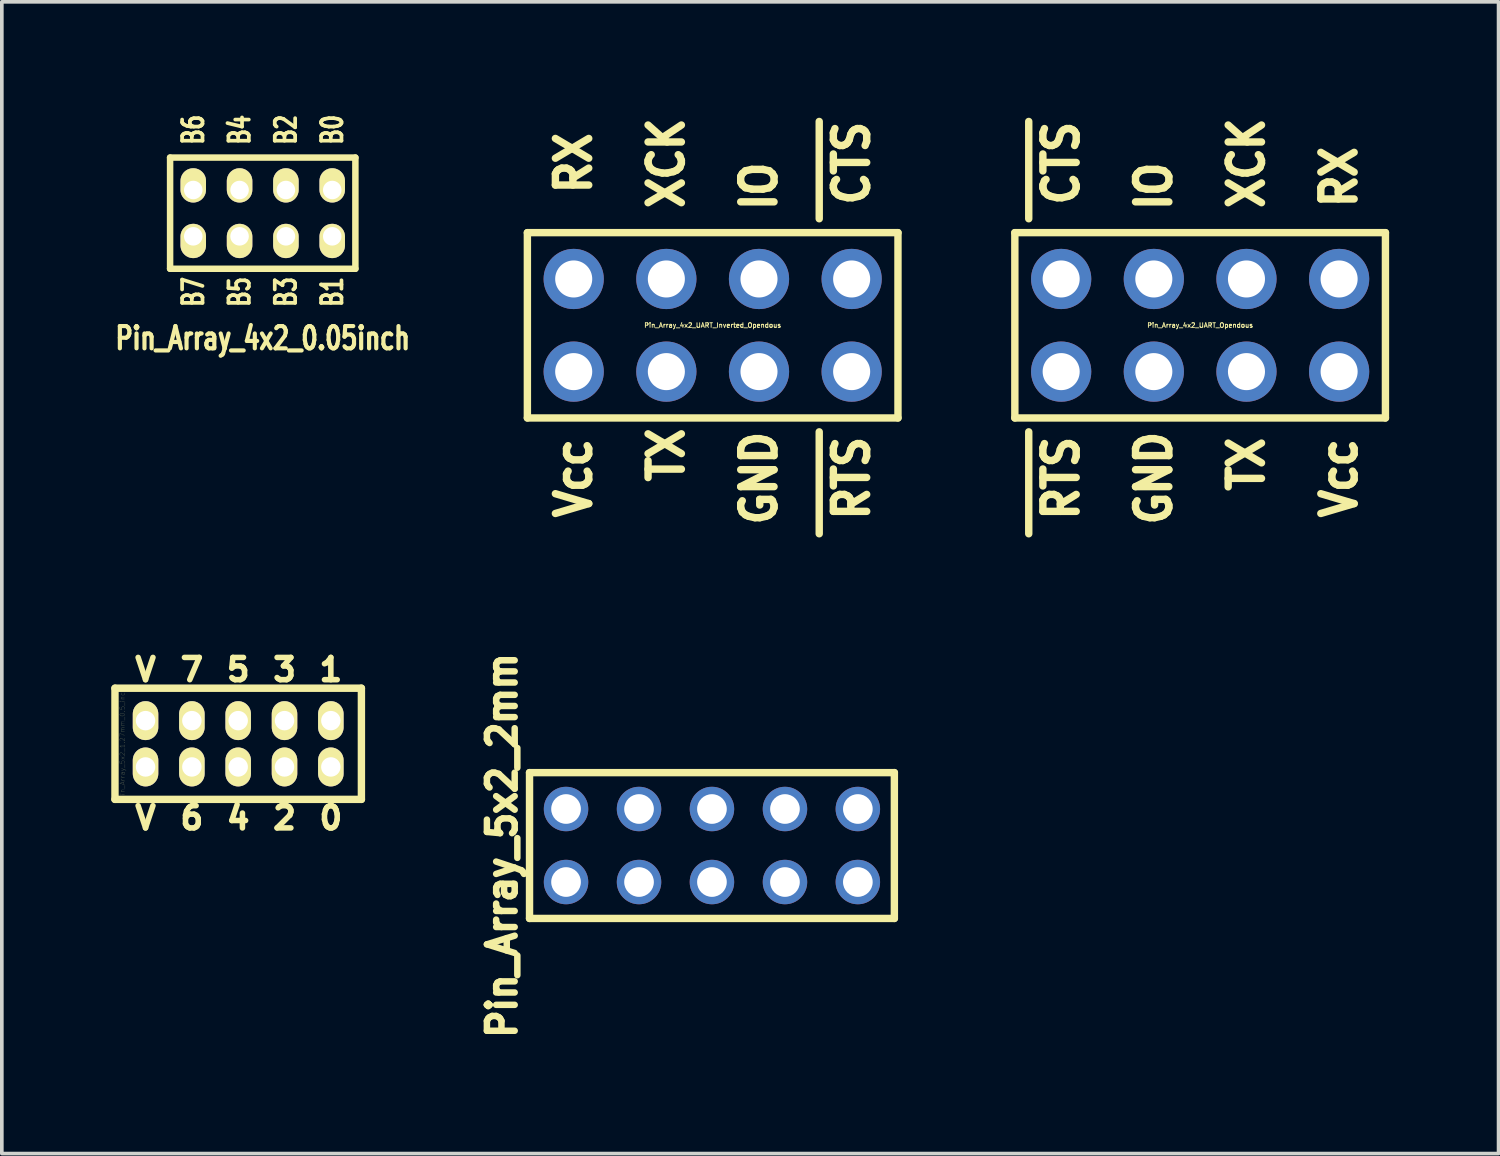
<source format=kicad_pcb>
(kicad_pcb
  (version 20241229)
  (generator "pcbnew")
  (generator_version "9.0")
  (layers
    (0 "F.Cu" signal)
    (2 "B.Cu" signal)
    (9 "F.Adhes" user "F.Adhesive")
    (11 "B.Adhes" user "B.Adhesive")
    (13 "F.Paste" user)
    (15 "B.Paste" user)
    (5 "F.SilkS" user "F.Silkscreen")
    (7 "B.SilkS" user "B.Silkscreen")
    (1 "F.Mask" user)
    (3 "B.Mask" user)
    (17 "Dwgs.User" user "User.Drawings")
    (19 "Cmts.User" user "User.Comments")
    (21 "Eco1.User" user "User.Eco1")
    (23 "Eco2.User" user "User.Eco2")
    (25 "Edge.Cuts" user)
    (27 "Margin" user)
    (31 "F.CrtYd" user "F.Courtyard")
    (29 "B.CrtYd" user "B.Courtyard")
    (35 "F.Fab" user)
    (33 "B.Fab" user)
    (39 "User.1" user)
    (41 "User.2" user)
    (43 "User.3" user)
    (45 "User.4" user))
  (footprint "Pin_Array_4x2_UART_Inverted_Opendous"
    (layer "F.Cu")
    (at 16.488 5.868)
    (property "Reference" "Pin_Array_4x2_UART_Inverted_Opendous" (at 0 0 0) (layer "F.SilkS") (effects (font (size 0.127 0.127) (thickness 0.025))))
    (attr through_hole)
    (fp_line (start -5.08 -2.54) (end -5.08 2.54) (stroke (width 0.203) (type solid)) (layer "F.SilkS"))
    (fp_line (start -5.08 2.54) (end 5.08 2.54) (stroke (width 0.203) (type solid)) (layer "F.SilkS"))
    (fp_line (start 2.921 -2.921) (end 2.921 -5.588) (stroke (width 0.203) (type solid)) (layer "F.SilkS"))
    (fp_line (start 2.921 2.921) (end 2.921 5.715) (stroke (width 0.203) (type solid)) (layer "F.SilkS"))
    (fp_line (start 5.08 -2.54) (end -5.08 -2.54) (stroke (width 0.203) (type solid)) (layer "F.SilkS"))
    (fp_line (start 5.08 2.54) (end 5.08 -2.54) (stroke (width 0.203) (type solid)) (layer "F.SilkS"))
    (fp_text user "Vcc" (at -3.81 4.191 90) (layer "F.SilkS") (effects (font (size 0.914 0.813) (thickness 0.203))))
    (fp_text user "RTS" (at 3.81 4.191 90) (layer "F.SilkS") (effects (font (size 0.914 0.813) (thickness 0.203))))
    (fp_text user "TX" (at -1.27 3.556 90) (layer "F.SilkS") (effects (font (size 0.914 0.813) (thickness 0.203))))
    (fp_text user "XCK" (at -1.27 -4.445 90) (layer "F.SilkS") (effects (font (size 0.914 0.813) (thickness 0.203))))
    (fp_text user "RX" (at -3.81 -4.445 90) (layer "F.SilkS") (effects (font (size 0.914 0.813) (thickness 0.203))))
    (fp_text user "GND" (at 1.27 4.191 90) (layer "F.SilkS") (effects (font (size 0.914 0.813) (thickness 0.203))))
    (fp_text user "IO" (at 1.27 -3.81 90) (layer "F.SilkS") (effects (font (size 0.914 0.813) (thickness 0.203))))
    (fp_text user "CTS" (at 3.81 -4.445 90) (layer "F.SilkS") (effects (font (size 0.914 0.813) (thickness 0.203))))
    (pad "1" thru_hole circle (at -3.81 -1.27) (size 1.651 1.651) (drill 1.016) (layers "*.Cu" "*.Mask"))
    (pad "2" thru_hole circle (at -3.81 1.27) (size 1.651 1.651) (drill 1.016) (layers "*.Cu" "*.Mask"))
    (pad "3" thru_hole circle (at -1.27 -1.27) (size 1.651 1.651) (drill 1.016) (layers "*.Cu" "*.Mask"))
    (pad "4" thru_hole circle (at -1.27 1.27) (size 1.651 1.651) (drill 1.016) (layers "*.Cu" "*.Mask"))
    (pad "5" thru_hole circle (at 1.27 -1.27) (size 1.651 1.651) (drill 1.016) (layers "*.Cu" "*.Mask"))
    (pad "6" thru_hole circle (at 1.27 1.27) (size 1.651 1.651) (drill 1.016) (layers "*.Cu" "*.Mask"))
    (pad "7" thru_hole circle (at 3.81 -1.27) (size 1.651 1.651) (drill 1.016) (layers "*.Cu" "*.Mask"))
    (pad "8" thru_hole circle (at 3.81 1.27) (size 1.651 1.651) (drill 1.016) (layers "*.Cu" "*.Mask")))
  (footprint "Pin_Array_4x2_UART_Opendous"
    (layer "F.Cu")
    (at 29.852 5.868)
    (property "Reference" "Pin_Array_4x2_UART_Opendous" (at 0 0 0) (layer "F.SilkS") (effects (font (size 0.127 0.127) (thickness 0.025))))
    (attr through_hole)
    (fp_line (start -5.08 -2.54) (end -5.08 2.54) (stroke (width 0.203) (type solid)) (layer "F.SilkS"))
    (fp_line (start -5.08 2.54) (end 5.08 2.54) (stroke (width 0.203) (type solid)) (layer "F.SilkS"))
    (fp_line (start -4.699 -2.921) (end -4.699 -5.588) (stroke (width 0.203) (type solid)) (layer "F.SilkS"))
    (fp_line (start -4.699 2.921) (end -4.699 5.715) (stroke (width 0.203) (type solid)) (layer "F.SilkS"))
    (fp_line (start 5.08 -2.54) (end -5.08 -2.54) (stroke (width 0.203) (type solid)) (layer "F.SilkS"))
    (fp_line (start 5.08 2.54) (end 5.08 -2.54) (stroke (width 0.203) (type solid)) (layer "F.SilkS"))
    (fp_text user "RX" (at 3.81 -4.064 90) (layer "F.SilkS") (effects (font (size 0.914 0.813) (thickness 0.203))))
    (fp_text user "IO" (at -1.27 -3.81 90) (layer "F.SilkS") (effects (font (size 0.914 0.813) (thickness 0.203))))
    (fp_text user "RTS" (at -3.81 4.191 90) (layer "F.SilkS") (effects (font (size 0.914 0.813) (thickness 0.203))))
    (fp_text user "TX" (at 1.27 3.81 90) (layer "F.SilkS") (effects (font (size 0.914 0.813) (thickness 0.203))))
    (fp_text user "CTS" (at -3.81 -4.445 90) (layer "F.SilkS") (effects (font (size 0.914 0.813) (thickness 0.203))))
    (fp_text user "GND" (at -1.27 4.191 90) (layer "F.SilkS") (effects (font (size 0.914 0.813) (thickness 0.203))))
    (fp_text user "Vcc" (at 3.81 4.191 90) (layer "F.SilkS") (effects (font (size 0.914 0.813) (thickness 0.203))))
    (fp_text user "XCK" (at 1.27 -4.445 90) (layer "F.SilkS") (effects (font (size 0.914 0.813) (thickness 0.203))))
    (pad "1" thru_hole circle (at 3.81 -1.27) (size 1.651 1.651) (drill 1.016) (layers "*.Cu" "*.Mask"))
    (pad "2" thru_hole circle (at 3.81 1.27) (size 1.651 1.651) (drill 1.016) (layers "*.Cu" "*.Mask"))
    (pad "3" thru_hole circle (at 1.27 -1.27) (size 1.651 1.651) (drill 1.016) (layers "*.Cu" "*.Mask"))
    (pad "4" thru_hole circle (at 1.27 1.27) (size 1.651 1.651) (drill 1.016) (layers "*.Cu" "*.Mask"))
    (pad "5" thru_hole circle (at -1.27 -1.27) (size 1.651 1.651) (drill 1.016) (layers "*.Cu" "*.Mask"))
    (pad "6" thru_hole circle (at -1.27 1.27) (size 1.651 1.651) (drill 1.016) (layers "*.Cu" "*.Mask"))
    (pad "7" thru_hole circle (at -3.81 -1.27) (size 1.651 1.651) (drill 1.016) (layers "*.Cu" "*.Mask"))
    (pad "8" thru_hole circle (at -3.81 1.27) (size 1.651 1.651) (drill 1.016) (layers "*.Cu" "*.Mask")))
  (footprint "Pin_Array_5x2_1.27mm_0.5_inch"
    (layer "F.Cu")
    (at 3.48 17.341)
    (property "Reference" "Pin_Array_5x2_1.27mm_0.5_inch" (at -3.175 0 90) (layer "F.SilkS") (effects (font (size 0.127 0.127) (thickness 0.003))))
    (attr through_hole)
    (fp_line (start -3.378 -1.524) (end -3.378 1.524) (stroke (width 0.203) (type solid)) (layer "F.SilkS"))
    (fp_line (start -3.378 1.524) (end 3.378 1.524) (stroke (width 0.203) (type solid)) (layer "F.SilkS"))
    (fp_line (start 3.378 -1.524) (end -3.378 -1.524) (stroke (width 0.203) (type solid)) (layer "F.SilkS"))
    (fp_line (start 3.378 1.524) (end 3.378 -1.524) (stroke (width 0.203) (type solid)) (layer "F.SilkS"))
    (fp_text user "7" (at -1.27 -2.032 0) (layer "F.SilkS") (effects (font (size 0.61 0.61) (thickness 0.152))))
    (fp_text user "4" (at 0 2.032 0) (layer "F.SilkS") (effects (font (size 0.61 0.61) (thickness 0.152))))
    (fp_text user "1" (at 2.54 -2.032 0) (layer "F.SilkS") (effects (font (size 0.61 0.61) (thickness 0.152))))
    (fp_text user "V" (at -2.54 2.032 0) (layer "F.SilkS") (effects (font (size 0.61 0.61) (thickness 0.152))))
    (fp_text user "3" (at 1.27 -2.032 0) (layer "F.SilkS") (effects (font (size 0.61 0.61) (thickness 0.152))))
    (fp_text user "0" (at 2.54 2.032 0) (layer "F.SilkS") (effects (font (size 0.61 0.61) (thickness 0.152))))
    (fp_text user "5" (at 0 -2.032 0) (layer "F.SilkS") (effects (font (size 0.61 0.61) (thickness 0.152))))
    (fp_text user "V" (at -2.54 -2.032 0) (layer "F.SilkS") (effects (font (size 0.61 0.61) (thickness 0.152))))
    (fp_text user "6" (at -1.27 2.032 0) (layer "F.SilkS") (effects (font (size 0.61 0.61) (thickness 0.152))))
    (fp_text user "2" (at 1.27 2.032 0) (layer "F.SilkS") (effects (font (size 0.61 0.61) (thickness 0.152))))
    (pad "1" thru_hole oval (at 2.54 -0.635) (size 0.699 1.067) (drill 0.533) (layers "*.Cu" "*.Mask" "F.SilkS"))
    (pad "2" thru_hole oval (at 2.54 0.635) (size 0.699 1.067) (drill 0.533) (layers "*.Cu" "*.Mask" "F.SilkS"))
    (pad "3" thru_hole oval (at 1.27 -0.635) (size 0.699 1.067) (drill 0.533) (layers "*.Cu" "*.Mask" "F.SilkS"))
    (pad "4" thru_hole oval (at 1.27 0.635) (size 0.699 1.067) (drill 0.533) (layers "*.Cu" "*.Mask" "F.SilkS"))
    (pad "5" thru_hole oval (at 0 -0.635) (size 0.699 1.067) (drill 0.533) (layers "*.Cu" "*.Mask" "F.SilkS"))
    (pad "6" thru_hole oval (at 0 0.635) (size 0.699 1.067) (drill 0.533) (layers "*.Cu" "*.Mask" "F.SilkS"))
    (pad "7" thru_hole oval (at -1.27 -0.635) (size 0.699 1.067) (drill 0.533) (layers "*.Cu" "*.Mask" "F.SilkS"))
    (pad "8" thru_hole oval (at -1.27 0.635) (size 0.699 1.067) (drill 0.533) (layers "*.Cu" "*.Mask" "F.SilkS"))
    (pad "9" thru_hole oval (at -2.54 -0.635) (size 0.699 1.067) (drill 0.533) (layers "*.Cu" "*.Mask" "F.SilkS"))
    (pad "10" thru_hole oval (at -2.54 0.635) (size 0.699 1.067) (drill 0.533) (layers "*.Cu" "*.Mask" "F.SilkS")))
  (footprint "Pin_Array_4x2_0.05inch"
    (layer "F.Cu")
    (at 4.153 2.794)
    (property "Reference" "Pin_Array_4x2_0.05inch" (at 0 3.429 0) (layer "F.SilkS") (effects (font (size 0.61 0.457) (thickness 0.152))))
    (attr through_hole)
    (fp_line (start -2.54 -1.524) (end -2.54 1.524) (stroke (width 0.178) (type solid)) (layer "F.SilkS"))
    (fp_line (start -2.54 1.524) (end 2.54 1.524) (stroke (width 0.178) (type solid)) (layer "F.SilkS"))
    (fp_line (start 2.54 -1.524) (end -2.54 -1.524) (stroke (width 0.178) (type solid)) (layer "F.SilkS"))
    (fp_line (start 2.54 1.524) (end 2.54 -1.524) (stroke (width 0.178) (type solid)) (layer "F.SilkS"))
    (fp_text user "B5" (at -0.635 2.159 90) (layer "F.SilkS") (effects (font (size 0.559 0.406) (thickness 0.152))))
    (fp_text user "B3" (at 0.635 2.159 90) (layer "F.SilkS") (effects (font (size 0.559 0.406) (thickness 0.152))))
    (fp_text user "B1" (at 1.905 2.159 90) (layer "F.SilkS") (effects (font (size 0.559 0.406) (thickness 0.152))))
    (fp_text user "B7" (at -1.905 2.159 90) (layer "F.SilkS") (effects (font (size 0.559 0.406) (thickness 0.152))))
    (fp_text user "B6" (at -1.905 -2.286 90) (layer "F.SilkS") (effects (font (size 0.559 0.406) (thickness 0.152))))
    (fp_text user "B4" (at -0.635 -2.286 90) (layer "F.SilkS") (effects (font (size 0.559 0.406) (thickness 0.152))))
    (fp_text user "B2" (at 0.635 -2.286 90) (layer "F.SilkS") (effects (font (size 0.559 0.406) (thickness 0.152))))
    (fp_text user "B0" (at 1.905 -2.286 90) (layer "F.SilkS") (effects (font (size 0.559 0.406) (thickness 0.152))))
    (pad "1" thru_hole oval (at 1.905 -0.635) (size 0.699 0.94) (drill 0.508 (offset 0 -0.127)) (layers "*.Cu" "*.Mask" "F.SilkS"))
    (pad "2" thru_hole oval (at 1.905 0.635) (size 0.699 0.94) (drill 0.508 (offset 0 0.127)) (layers "*.Cu" "*.Mask" "F.SilkS"))
    (pad "3" thru_hole oval (at 0.635 -0.635) (size 0.699 0.94) (drill 0.508 (offset 0 -0.127)) (layers "*.Cu" "*.Mask" "F.SilkS"))
    (pad "4" thru_hole oval (at 0.635 0.635) (size 0.699 0.94) (drill 0.508 (offset 0 0.127)) (layers "*.Cu" "*.Mask" "F.SilkS"))
    (pad "5" thru_hole oval (at -0.635 -0.635) (size 0.699 0.94) (drill 0.508 (offset 0 -0.127)) (layers "*.Cu" "*.Mask" "F.SilkS"))
    (pad "6" thru_hole oval (at -0.635 0.635) (size 0.699 0.94) (drill 0.508 (offset 0 0.127)) (layers "*.Cu" "*.Mask" "F.SilkS"))
    (pad "7" thru_hole oval (at -1.905 -0.635) (size 0.699 0.94) (drill 0.508 (offset 0 -0.127)) (layers "*.Cu" "*.Mask" "F.SilkS"))
    (pad "8" thru_hole oval (at -1.905 0.635) (size 0.699 0.94) (drill 0.508 (offset 0 0.127)) (layers "*.Cu" "*.Mask" "F.SilkS")))
  (footprint "Pin_Array_5x2_2mm"
    (layer "F.Cu")
    (at 16.468 20.13)
    (property "Reference" "Pin_Array_5x2_2mm" (at -5.751 0 90) (layer "F.SilkS") (effects (font (size 0.762 0.711) (thickness 0.178))))
    (attr through_hole)
    (fp_line (start -5.001 -1.999) (end -5.001 1.999) (stroke (width 0.203) (type solid)) (layer "F.SilkS"))
    (fp_line (start -5.001 1.999) (end 5.001 1.999) (stroke (width 0.203) (type solid)) (layer "F.SilkS"))
    (fp_line (start 5.001 -1.999) (end -5.001 -1.999) (stroke (width 0.203) (type solid)) (layer "F.SilkS"))
    (fp_line (start 5.001 1.999) (end 5.001 -1.999) (stroke (width 0.203) (type solid)) (layer "F.SilkS"))
    (pad "1" thru_hole circle (at -4 -1.001) (size 1.219 1.219) (drill 0.813) (layers "*.Cu" "*.Mask"))
    (pad "2" thru_hole circle (at -4 1.001) (size 1.219 1.219) (drill 0.813) (layers "*.Cu" "*.Mask"))
    (pad "3" thru_hole circle (at -1.999 -1.001) (size 1.219 1.219) (drill 0.813) (layers "*.Cu" "*.Mask"))
    (pad "4" thru_hole circle (at -1.999 1.001) (size 1.219 1.219) (drill 0.813) (layers "*.Cu" "*.Mask"))
    (pad "5" thru_hole circle (at 0 -1.001) (size 1.219 1.219) (drill 0.813) (layers "*.Cu" "*.Mask"))
    (pad "6" thru_hole circle (at 0 1.001) (size 1.219 1.219) (drill 0.813) (layers "*.Cu" "*.Mask"))
    (pad "7" thru_hole circle (at 2.002 -1.001) (size 1.219 1.219) (drill 0.813) (layers "*.Cu" "*.Mask"))
    (pad "8" thru_hole circle (at 2.002 1.001) (size 1.219 1.219) (drill 0.813) (layers "*.Cu" "*.Mask"))
    (pad "9" thru_hole circle (at 4 -1.001) (size 1.219 1.219) (drill 0.813) (layers "*.Cu" "*.Mask"))
    (pad "10" thru_hole circle (at 4 1.001) (size 1.219 1.219) (drill 0.813) (layers "*.Cu" "*.Mask")))
  (gr_rect
    (start -3 -3)
    (end 38.033 28.575)
    (stroke (width 0.1) (type default))
    (fill no)
    (layer "Edge.Cuts")))
</source>
